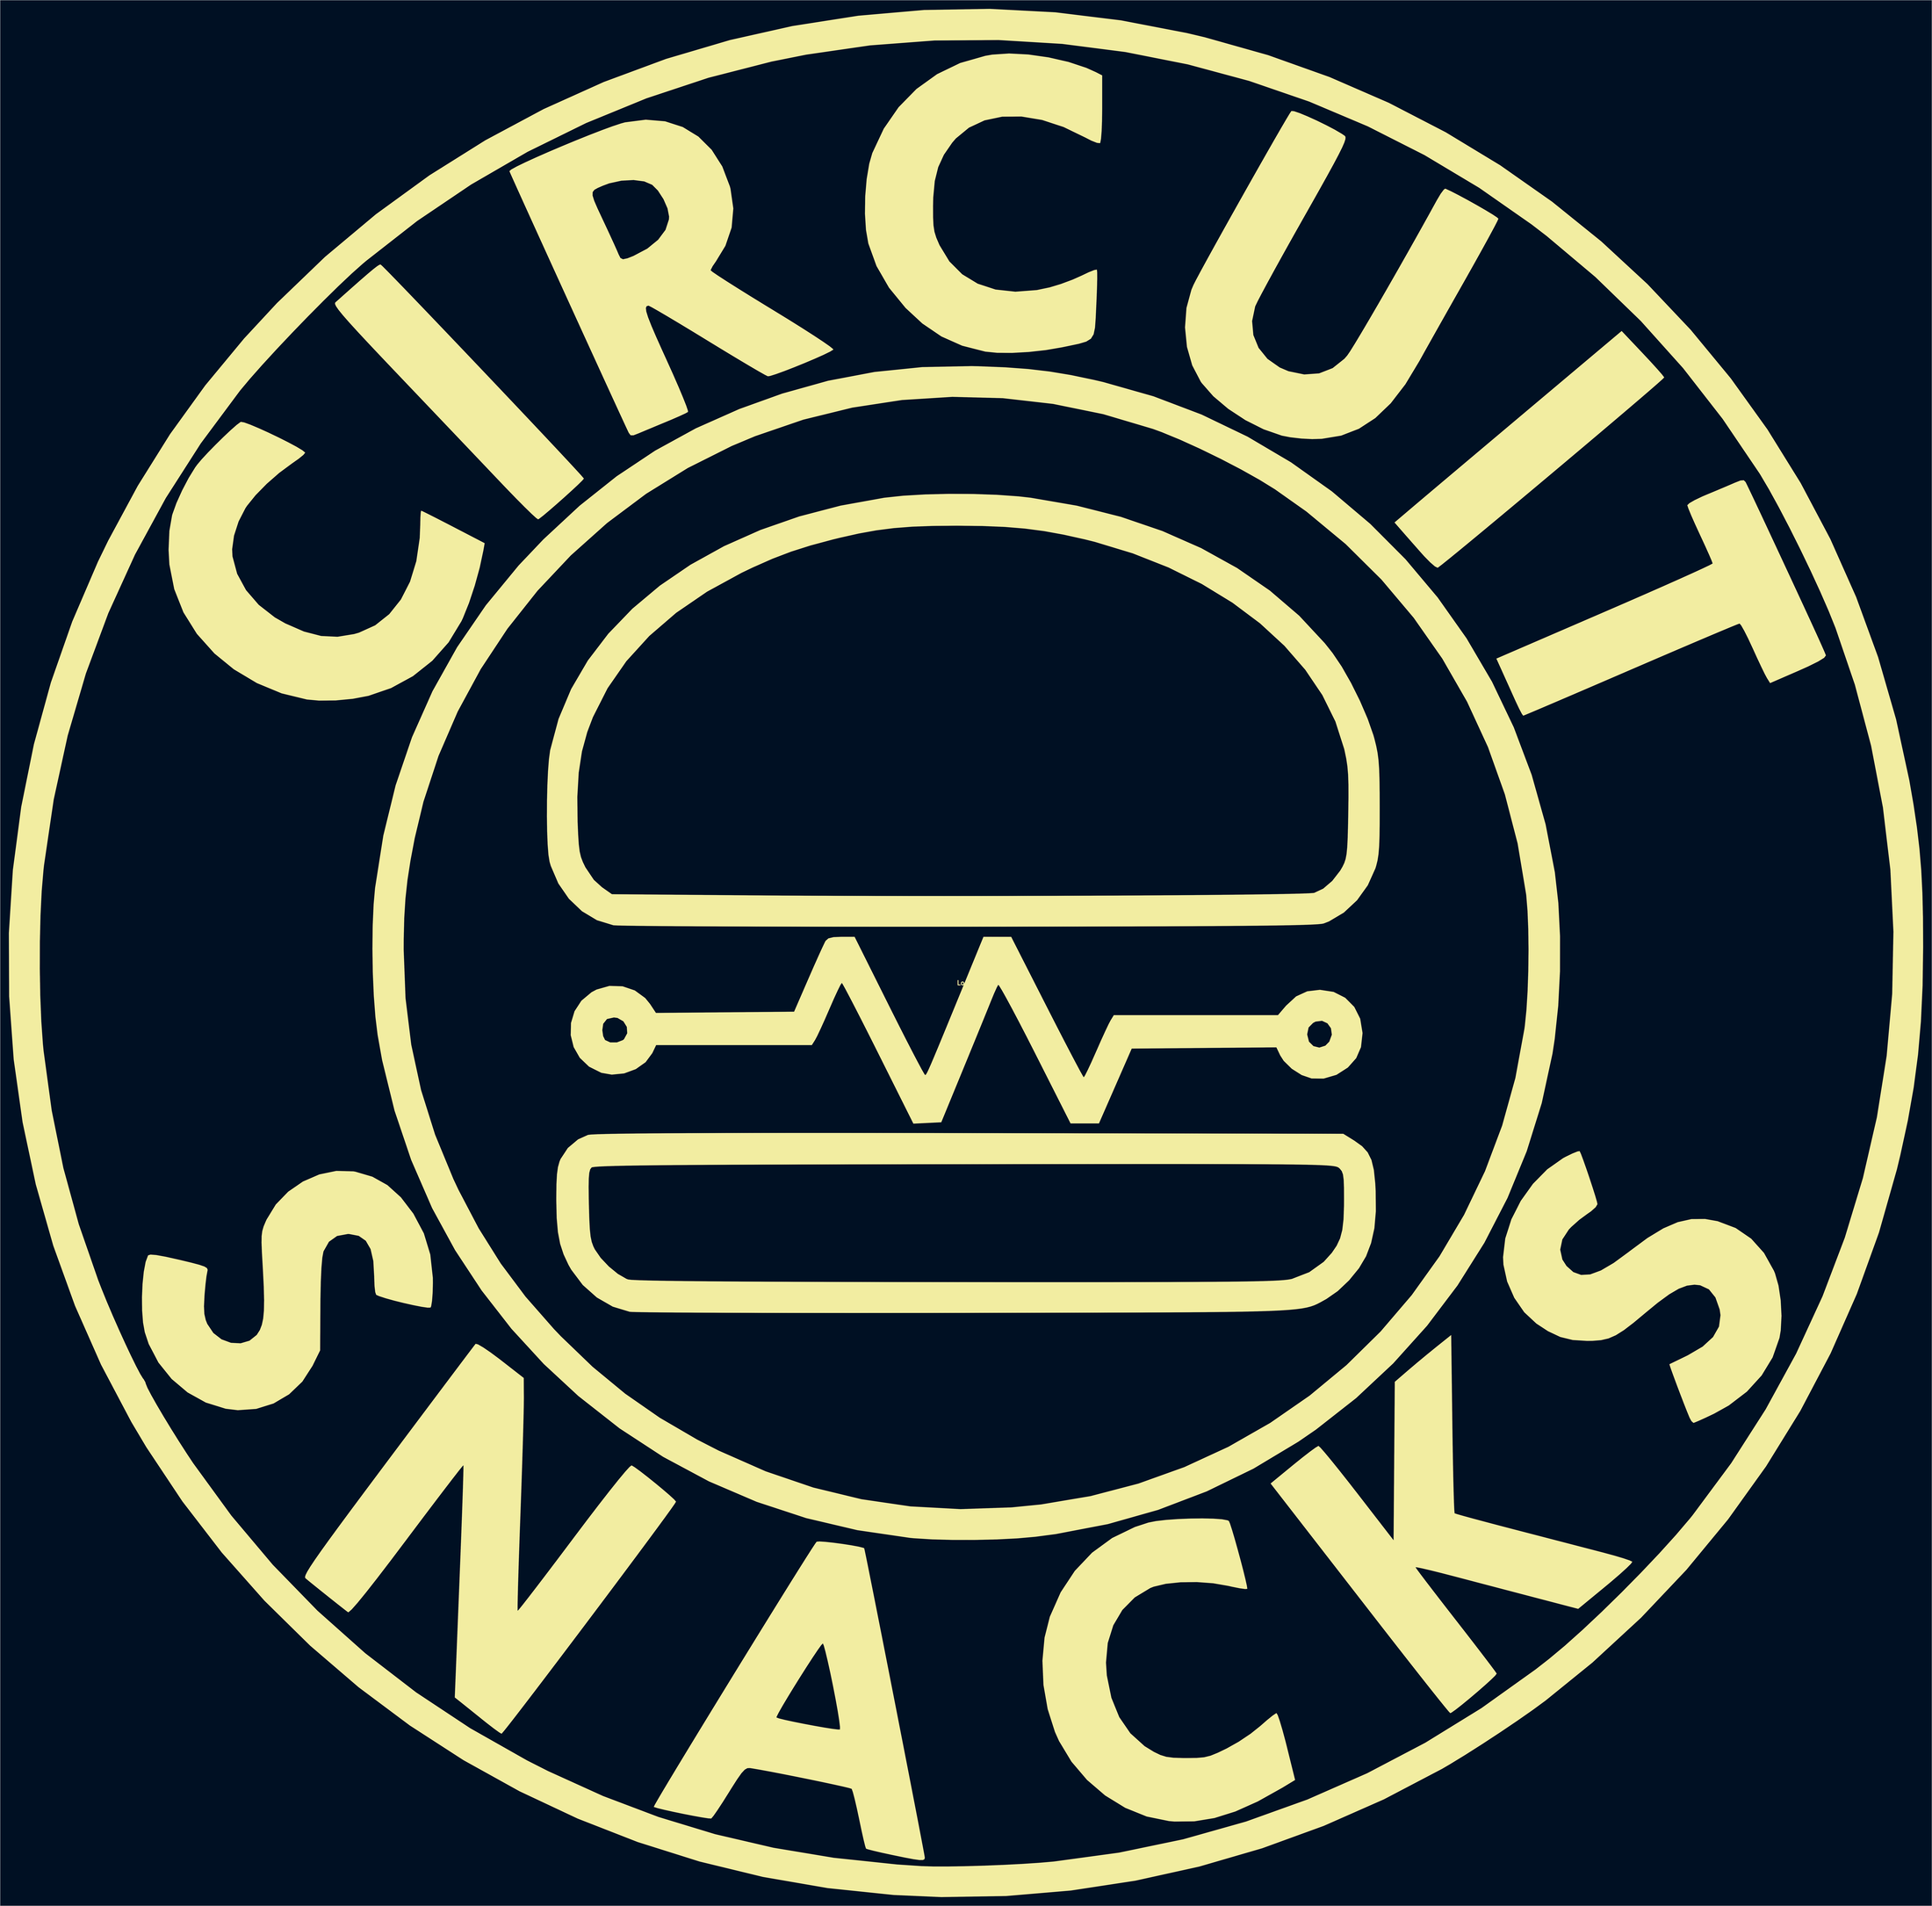
<source format=kicad_pcb>
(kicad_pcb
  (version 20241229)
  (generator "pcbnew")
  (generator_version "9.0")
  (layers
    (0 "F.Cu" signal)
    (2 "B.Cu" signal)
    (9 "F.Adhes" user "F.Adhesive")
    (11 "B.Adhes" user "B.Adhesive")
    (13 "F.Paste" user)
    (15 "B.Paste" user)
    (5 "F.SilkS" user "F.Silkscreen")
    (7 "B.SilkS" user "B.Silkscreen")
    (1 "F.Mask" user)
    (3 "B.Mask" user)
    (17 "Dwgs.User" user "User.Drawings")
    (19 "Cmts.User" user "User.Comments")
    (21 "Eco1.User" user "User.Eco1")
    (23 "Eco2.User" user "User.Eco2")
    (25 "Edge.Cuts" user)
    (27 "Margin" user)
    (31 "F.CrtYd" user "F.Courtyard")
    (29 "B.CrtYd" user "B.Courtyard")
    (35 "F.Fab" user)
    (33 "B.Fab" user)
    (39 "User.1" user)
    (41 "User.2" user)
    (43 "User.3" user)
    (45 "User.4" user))
  (footprint "Logo_2"
    (layer "F.Cu")
    (at 330.692 335.629)
    (property "Reference" "Logo_2" (at 0 0 0) (layer "F.SilkS") (effects (font (size 1.524 1.524) (thickness 0.3))))
    (attr through_hole)
    (fp_poly (pts (xy 232.345 -216.89) (xy 235.04 -214.005) (xy 237.292 -211.527) (xy 238.897 -209.684) (xy 239.655 -208.705) (xy 239.688 -208.624) (xy 239.103 -208.027) (xy 237.421 -206.521) (xy 234.768 -204.21) (xy 231.267 -201.199) (xy 227.043 -197.592) (xy 222.222 -193.494) (xy 216.926 -189.01) (xy 211.282 -184.244) (xy 205.414 -179.301) (xy 199.446 -174.286) (xy 193.502 -169.304) (xy 187.709 -164.458) (xy 182.189 -159.854) (xy 177.069 -155.597) (xy 172.471 -151.79) (xy 168.522 -148.539) (xy 165.345 -145.949) (xy 163.066 -144.123) (xy 161.809 -143.167) (xy 161.611 -143.049) (xy 160.697 -143.504) (xy 159.067 -144.908) (xy 157.018 -146.994) (xy 156.279 -147.812) (xy 153.824 -150.592) (xy 151.412 -153.332) (xy 149.514 -155.498) (xy 149.318 -155.723) (xy 146.768 -158.649) (xy 153.751 -164.582) (xy 155.731 -166.259) (xy 158.78 -168.835) (xy 162.75 -172.186) (xy 167.496 -176.188) (xy 172.87 -180.718) (xy 178.726 -185.652) (xy 184.918 -190.866) (xy 191.298 -196.238) (xy 192.881 -197.571) (xy 225.028 -224.627) (xy 232.345 -216.89)) (stroke (width 0.01) (type solid)) (fill yes) (layer "F.SilkS"))
    (fp_poly (pts (xy -202.587 -247.526) (xy -201.909 -246.907) (xy -200.261 -245.256) (xy -197.755 -242.691) (xy -194.504 -239.331) (xy -190.62 -235.294) (xy -186.215 -230.698) (xy -181.402 -225.662) (xy -176.293 -220.304) (xy -170.999 -214.741) (xy -165.634 -209.093) (xy -160.31 -203.477) (xy -155.138 -198.012) (xy -150.232 -192.816) (xy -145.703 -188.008) (xy -141.664 -183.704) (xy -138.227 -180.025) (xy -135.505 -177.088) (xy -133.608 -175.011) (xy -132.651 -173.912) (xy -132.556 -173.771) (xy -133.115 -173.09) (xy -134.61 -171.623) (xy -136.769 -169.614) (xy -139.317 -167.305) (xy -141.984 -164.94) (xy -144.495 -162.762) (xy -146.578 -161.013) (xy -147.96 -159.938) (xy -148.317 -159.724) (xy -149.018 -160.212) (xy -150.641 -161.698) (xy -153.022 -164.022) (xy -155.997 -167.023) (xy -159.404 -170.541) (xy -161.186 -172.409) (xy -164.562 -175.962) (xy -168.822 -180.444) (xy -173.758 -185.633) (xy -179.159 -191.309) (xy -184.815 -197.252) (xy -190.517 -203.24) (xy -196.053 -209.053) (xy -196.373 -209.388) (xy -202.099 -215.414) (xy -206.803 -220.4) (xy -210.569 -224.445) (xy -213.482 -227.646) (xy -215.628 -230.101) (xy -217.091 -231.908) (xy -217.957 -233.165) (xy -218.312 -233.97) (xy -218.239 -234.419) (xy -218.201 -234.458) (xy -213.49 -238.656) (xy -209.824 -241.896) (xy -207.071 -244.285) (xy -205.103 -245.934) (xy -203.787 -246.952) (xy -202.995 -247.447) (xy -202.595 -247.529) (xy -202.587 -247.526)) (stroke (width 0.01) (type solid)) (fill yes) (layer "F.SilkS"))
    (fp_poly (pts (xy 267.724 -172.592) (xy 268.248 -171.542) (xy 269.323 -169.302) (xy 270.831 -166.123) (xy 272.653 -162.254) (xy 274.566 -158.168) (xy 279.404 -147.796) (xy 283.577 -138.83) (xy 287.097 -131.24) (xy 289.979 -124.996) (xy 292.236 -120.07) (xy 293.881 -116.432) (xy 294.927 -114.052) (xy 295.39 -112.902) (xy 295.409 -112.835) (xy 294.801 -112.026) (xy 292.726 -110.744) (xy 289.227 -109.013) (xy 285.928 -107.536) (xy 276.185 -103.305) (xy 275.103 -105.032) (xy 274.353 -106.43) (xy 273.139 -108.915) (xy 271.634 -112.121) (xy 270.19 -115.292) (xy 268.638 -118.624) (xy 267.264 -121.347) (xy 266.22 -123.176) (xy 265.664 -123.825) (xy 264.82 -123.519) (xy 262.661 -122.641) (xy 259.326 -121.25) (xy 254.958 -119.407) (xy 249.696 -117.17) (xy 243.681 -114.6) (xy 237.054 -111.756) (xy 229.956 -108.698) (xy 228.223 -107.95) (xy 221.046 -104.852) (xy 214.317 -101.955) (xy 208.177 -99.316) (xy 202.764 -96.996) (xy 198.217 -95.054) (xy 194.676 -93.55) (xy 192.28 -92.544) (xy 191.167 -92.094) (xy 191.106 -92.075) (xy 190.627 -92.743) (xy 189.702 -94.508) (xy 188.517 -97.01) (xy 188.325 -97.433) (xy 186.751 -100.929) (xy 185.084 -104.625) (xy 183.891 -107.266) (xy 181.867 -111.742) (xy 219.124 -127.84) (xy 226.343 -130.971) (xy 233.101 -133.923) (xy 239.261 -136.636) (xy 244.688 -139.049) (xy 249.243 -141.1) (xy 252.79 -142.728) (xy 255.193 -143.871) (xy 256.315 -144.469) (xy 256.381 -144.533) (xy 256.061 -145.438) (xy 255.186 -147.486) (xy 253.883 -150.388) (xy 252.281 -153.854) (xy 252.016 -154.42) (xy 250.375 -157.979) (xy 249.018 -161.052) (xy 248.072 -163.339) (xy 247.667 -164.539) (xy 247.66 -164.604) (xy 248.351 -165.284) (xy 250.189 -166.347) (xy 252.84 -167.611) (xy 254.209 -168.195) (xy 257.624 -169.616) (xy 260.892 -170.994) (xy 263.431 -172.084) (xy 263.922 -172.3) (xy 265.982 -173.113) (xy 267.101 -173.197) (xy 267.724 -172.592)) (stroke (width 0.01) (type solid)) (fill yes) (layer "F.SilkS"))
    (fp_poly (pts (xy 84.316 184.603) (xy 87.321 184.821) (xy 89.242 185.183) (xy 89.696 185.422) (xy 90.098 186.363) (xy 90.79 188.507) (xy 91.68 191.516) (xy 92.676 195.053) (xy 93.687 198.78) (xy 94.621 202.36) (xy 95.385 205.455) (xy 95.889 207.727) (xy 96.044 208.774) (xy 95.334 208.855) (xy 93.438 208.596) (xy 90.711 208.051) (xy 89.495 207.772) (xy 84.267 206.864) (xy 78.642 206.448) (xy 73.062 206.514) (xy 67.967 207.048) (xy 63.798 208.039) (xy 62.609 208.505) (xy 57.253 211.75) (xy 52.981 216.079) (xy 49.859 221.355) (xy 47.957 227.441) (xy 47.342 234.2) (xy 47.63 238.603) (xy 49.206 246.326) (xy 51.917 252.99) (xy 55.743 258.561) (xy 60.662 263.004) (xy 63.897 264.992) (xy 66.084 266.038) (xy 68.14 266.671) (xy 70.59 266.989) (xy 73.961 267.092) (xy 75.069 267.095) (xy 78.575 267.053) (xy 81.149 266.83) (xy 83.384 266.283) (xy 85.874 265.273) (xy 88.96 263.782) (xy 93.074 261.473) (xy 97.213 258.699) (xy 100.534 256.043) (xy 102.862 254.007) (xy 104.772 252.465) (xy 105.945 251.673) (xy 106.112 251.619) (xy 106.533 252.347) (xy 107.235 254.353) (xy 108.133 257.368) (xy 109.146 261.125) (xy 109.655 263.133) (xy 112.507 274.648) (xy 108.045 277.35) (xy 99.643 282.048) (xy 91.936 285.498) (xy 84.72 287.762) (xy 77.788 288.898) (xy 70.938 288.968) (xy 69.056 288.809) (xy 61.392 287.243) (xy 53.993 284.252) (xy 47.068 279.996) (xy 40.82 274.638) (xy 35.457 268.338) (xy 31.185 261.257) (xy 29.758 258.072) (xy 27.254 250.215) (xy 25.813 241.92) (xy 25.452 233.576) (xy 26.188 225.573) (xy 27.999 218.413) (xy 31.74 209.975) (xy 36.613 202.595) (xy 42.546 196.341) (xy 49.47 191.279) (xy 57.312 187.479) (xy 61.97 185.956) (xy 64.561 185.446) (xy 68.044 185.04) (xy 72.091 184.747) (xy 76.372 184.572) (xy 80.556 184.522) (xy 84.316 184.603)) (stroke (width 0.01) (type solid)) (fill yes) (layer "F.SilkS"))
    (fp_poly (pts (xy 20.59 -319.898) (xy 27.581 -318.9) (xy 34.413 -317.337) (xy 40.579 -315.293) (xy 43.855 -313.817) (xy 46.038 -312.697) (xy 46.038 -301.255) (xy 45.987 -297.036) (xy 45.848 -293.484) (xy 45.637 -290.875) (xy 45.373 -289.486) (xy 45.278 -289.343) (xy 44.235 -289.456) (xy 42.296 -290.224) (xy 40.317 -291.243) (xy 32.737 -294.916) (xy 25.332 -297.344) (xy 18.234 -298.53) (xy 11.578 -298.481) (xy 5.499 -297.201) (xy 0.131 -294.695) (xy -4.392 -290.968) (xy -5.635 -289.522) (xy -8.501 -285.359) (xy -10.464 -281.092) (xy -11.649 -276.307) (xy -12.183 -270.589) (xy -12.243 -267.891) (xy -12.236 -263.9) (xy -12.098 -261.03) (xy -11.754 -258.813) (xy -11.128 -256.786) (xy -10.142 -254.48) (xy -9.997 -254.166) (xy -6.615 -248.6) (xy -2.199 -244.173) (xy 3.138 -240.928) (xy 9.28 -238.91) (xy 16.112 -238.162) (xy 23.52 -238.728) (xy 27.967 -239.658) (xy 31.776 -240.81) (xy 35.803 -242.303) (xy 38.89 -243.679) (xy 41.384 -244.861) (xy 43.281 -245.617) (xy 44.19 -245.79) (xy 44.203 -245.78) (xy 44.302 -244.892) (xy 44.315 -242.709) (xy 44.246 -239.519) (xy 44.099 -235.612) (xy 44.013 -233.761) (xy 43.802 -229.111) (xy 43.564 -225.773) (xy 43.083 -223.482) (xy 42.148 -221.972) (xy 40.545 -220.978) (xy 38.061 -220.237) (xy 34.483 -219.481) (xy 32.147 -219.001) (xy 26.625 -218.051) (xy 20.756 -217.401) (xy 15.01 -217.079) (xy 9.856 -217.109) (xy 5.766 -217.518) (xy 5.753 -217.521) (xy -2.219 -219.562) (xy -9.356 -222.743) (xy -15.938 -227.218) (xy -21.707 -232.569) (xy -27.416 -239.546) (xy -31.727 -247.019) (xy -34.54 -254.794) (xy -35.35 -259.464) (xy -35.701 -265.059) (xy -35.613 -271.067) (xy -35.112 -276.98) (xy -34.217 -282.288) (xy -33.166 -285.942) (xy -29.222 -294.334) (xy -24.116 -301.722) (xy -17.955 -308.015) (xy -10.847 -313.125) (xy -2.901 -316.964) (xy 5.777 -319.442) (xy 8.152 -319.855) (xy 13.945 -320.245) (xy 20.59 -319.898)) (stroke (width 0.01) (type solid)) (fill yes) (layer "F.SilkS"))
    (fp_poly (pts (xy -249.62 -193.118) (xy -247.463 -192.338) (xy -244.561 -191.116) (xy -241.22 -189.6) (xy -237.745 -187.937) (xy -234.442 -186.275) (xy -231.619 -184.76) (xy -229.58 -183.541) (xy -228.632 -182.763) (xy -228.6 -182.669) (xy -229.214 -181.924) (xy -230.826 -180.613) (xy -233.092 -179.014) (xy -233.164 -178.966) (xy -237.518 -175.746) (xy -241.826 -171.977) (xy -245.67 -168.058) (xy -248.631 -164.393) (xy -249.16 -163.603) (xy -251.528 -159.006) (xy -253.11 -154.104) (xy -253.76 -149.43) (xy -253.644 -146.965) (xy -252.023 -140.946) (xy -248.962 -135.324) (xy -244.589 -130.263) (xy -239.032 -125.928) (xy -235.422 -123.863) (xy -228.982 -121.056) (xy -223.097 -119.536) (xy -217.452 -119.263) (xy -211.732 -120.196) (xy -210.074 -120.668) (xy -204.471 -123.205) (xy -199.623 -127.055) (xy -195.599 -132.102) (xy -192.462 -138.232) (xy -190.281 -145.329) (xy -189.119 -153.276) (xy -188.94 -157.758) (xy -188.883 -160.329) (xy -188.761 -162.121) (xy -188.618 -162.719) (xy -187.849 -162.372) (xy -185.923 -161.417) (xy -183.088 -159.978) (xy -179.594 -158.182) (xy -177.535 -157.116) (xy -166.746 -151.514) (xy -167.19 -148.98) (xy -168.447 -143.098) (xy -170.167 -136.855) (xy -172.164 -130.85) (xy -174.252 -125.682) (xy -174.752 -124.619) (xy -179.167 -117.349) (xy -184.794 -110.995) (xy -191.464 -105.695) (xy -199.007 -101.585) (xy -206.772 -98.92) (xy -212.177 -97.893) (xy -218.095 -97.33) (xy -223.827 -97.275) (xy -228 -97.653) (xy -236.705 -99.774) (xy -245.211 -103.3) (xy -253.169 -108.058) (xy -259.85 -113.511) (xy -265.911 -120.281) (xy -270.536 -127.688) (xy -273.699 -135.674) (xy -275.375 -144.181) (xy -275.654 -149.225) (xy -275.371 -155.759) (xy -274.446 -161.063) (xy -274.316 -161.528) (xy -272.949 -165.325) (xy -270.979 -169.689) (xy -268.721 -173.993) (xy -266.487 -177.613) (xy -265.789 -178.575) (xy -264.208 -180.449) (xy -261.985 -182.846) (xy -259.396 -185.495) (xy -256.718 -188.128) (xy -254.225 -190.475) (xy -252.193 -192.265) (xy -250.899 -193.23) (xy -250.724 -193.31) (xy -249.62 -193.118)) (stroke (width 0.01) (type solid)) (fill yes) (layer "F.SilkS"))
    (fp_poly (pts (xy 211.011 58.953) (xy 211.811 61.078) (xy 212.828 63.956) (xy 213.934 67.205) (xy 215.001 70.445) (xy 215.901 73.293) (xy 216.506 75.369) (xy 216.692 76.249) (xy 216.067 77.291) (xy 214.469 78.714) (xy 213.182 79.607) (xy 210.435 81.627) (xy 207.691 84.075) (xy 206.834 84.967) (xy 204.599 88.382) (xy 203.853 91.904) (xy 204.61 95.33) (xy 206.026 97.543) (xy 208.383 99.648) (xy 211.063 100.626) (xy 214.189 100.448) (xy 217.885 99.086) (xy 222.274 96.509) (xy 227.481 92.69) (xy 227.806 92.433) (xy 233.942 87.888) (xy 239.395 84.58) (xy 244.377 82.435) (xy 249.103 81.381) (xy 253.787 81.345) (xy 258.095 82.111) (xy 264.317 84.467) (xy 269.663 88.13) (xy 274.069 93.041) (xy 277.475 99.147) (xy 277.869 100.094) (xy 279.071 104.283) (xy 279.831 109.373) (xy 280.105 114.73) (xy 279.848 119.72) (xy 279.408 122.332) (xy 277.045 129.047) (xy 273.263 135.263) (xy 268.188 140.831) (xy 261.948 145.603) (xy 256.909 148.413) (xy 253.961 149.813) (xy 251.562 150.901) (xy 250.063 151.52) (xy 249.758 151.606) (xy 249.059 150.967) (xy 248.437 149.82) (xy 247.587 147.755) (xy 246.483 144.954) (xy 245.25 141.753) (xy 244.016 138.489) (xy 242.905 135.495) (xy 242.045 133.108) (xy 241.562 131.663) (xy 241.504 131.388) (xy 242.256 131.021) (xy 244.094 130.128) (xy 246.679 128.875) (xy 247.79 128.336) (xy 252.935 125.325) (xy 256.527 122.024) (xy 258.577 118.418) (xy 259.095 114.493) (xy 258.812 112.534) (xy 257.337 108.37) (xy 255.096 105.59) (xy 252.073 104.179) (xy 250.105 103.981) (xy 247.537 104.31) (xy 244.714 105.375) (xy 241.433 107.295) (xy 237.487 110.186) (xy 233.363 113.576) (xy 229.163 117.077) (xy 225.82 119.636) (xy 223.032 121.395) (xy 220.5 122.501) (xy 217.923 123.099) (xy 215.003 123.333) (xy 213.122 123.359) (xy 208.176 123.05) (xy 203.868 121.994) (xy 199.649 120.003) (xy 195.65 117.383) (xy 191.468 113.485) (xy 188.041 108.519) (xy 185.581 102.91) (xy 184.303 97.084) (xy 184.169 94.511) (xy 184.936 88.044) (xy 187.037 81.47) (xy 190.276 75.102) (xy 194.459 69.255) (xy 199.388 64.242) (xy 204.869 60.378) (xy 205.733 59.914) (xy 208.097 58.771) (xy 209.841 58.072) (xy 210.556 57.963) (xy 211.011 58.953)) (stroke (width 0.01) (type solid)) (fill yes) (layer "F.SilkS"))
    (fp_poly (pts (xy 166.688 151.881) (xy 166.786 158.686) (xy 166.896 164.981) (xy 167.013 170.592) (xy 167.132 175.345) (xy 167.25 179.068) (xy 167.362 181.585) (xy 167.463 182.723) (xy 167.481 182.77) (xy 168.325 183.051) (xy 170.503 183.673) (xy 173.81 184.579) (xy 178.044 185.714) (xy 183 187.024) (xy 188.475 188.454) (xy 188.516 188.464) (xy 194.641 190.054) (xy 200.842 191.664) (xy 206.776 193.206) (xy 212.101 194.589) (xy 216.472 195.726) (xy 218.783 196.327) (xy 222.465 197.327) (xy 225.546 198.243) (xy 227.721 198.977) (xy 228.687 199.435) (xy 228.705 199.461) (xy 228.226 200.153) (xy 226.712 201.654) (xy 224.366 203.775) (xy 221.393 206.331) (xy 219.525 207.886) (xy 210.053 215.685) (xy 195.315 211.828) (xy 189.423 210.285) (xy 182.85 208.56) (xy 176.219 206.819) (xy 170.155 205.225) (xy 167.283 204.469) (xy 162.961 203.351) (xy 159.226 202.424) (xy 156.325 201.745) (xy 154.503 201.373) (xy 153.988 201.339) (xy 154.456 202.036) (xy 155.781 203.822) (xy 157.839 206.536) (xy 160.507 210.016) (xy 163.661 214.102) (xy 167.18 218.632) (xy 167.882 219.533) (xy 171.468 224.146) (xy 174.725 228.361) (xy 177.526 232.013) (xy 179.747 234.938) (xy 181.262 236.972) (xy 181.946 237.95) (xy 181.971 238.001) (xy 181.465 238.684) (xy 179.995 240.121) (xy 177.837 242.078) (xy 175.268 244.32) (xy 172.565 246.609) (xy 170.003 248.713) (xy 167.86 250.394) (xy 166.411 251.417) (xy 165.978 251.619) (xy 165.406 251.01) (xy 163.956 249.261) (xy 161.72 246.489) (xy 158.791 242.811) (xy 155.261 238.342) (xy 151.221 233.199) (xy 146.765 227.499) (xy 141.984 221.359) (xy 140.078 218.904) (xy 134.994 212.35) (xy 130.039 205.965) (xy 125.333 199.898) (xy 120.991 194.301) (xy 117.13 189.325) (xy 113.869 185.121) (xy 111.324 181.84) (xy 109.612 179.633) (xy 109.386 179.342) (xy 104.075 172.494) (xy 111.956 166.019) (xy 114.976 163.583) (xy 117.58 161.566) (xy 119.514 160.159) (xy 120.522 159.554) (xy 120.575 159.544) (xy 121.24 160.147) (xy 122.731 161.846) (xy 124.913 164.474) (xy 127.65 167.865) (xy 130.804 171.852) (xy 133.879 175.8) (xy 146.447 192.056) (xy 146.864 137.458) (xy 151.418 133.525) (xy 154.425 130.973) (xy 157.921 128.071) (xy 161.131 125.462) (xy 166.291 121.331) (xy 166.688 151.881)) (stroke (width 0.01) (type solid)) (fill yes) (layer "F.SilkS"))
    (fp_poly (pts (xy -212.005 64.934) (xy -211.322 65.052) (xy -205.423 66.787) (xy -200.248 69.683) (xy -195.606 73.882) (xy -191.309 79.512) (xy -187.695 86.305) (xy -185.477 93.606) (xy -184.598 101.618) (xy -184.578 103.377) (xy -184.665 106.767) (xy -184.875 109.568) (xy -185.172 111.395) (xy -185.371 111.858) (xy -186.329 111.907) (xy -188.438 111.606) (xy -191.323 111.043) (xy -194.61 110.306) (xy -197.923 109.481) (xy -200.888 108.657) (xy -203.13 107.922) (xy -204.118 107.476) (xy -204.447 106.535) (xy -204.687 104.441) (xy -204.791 101.631) (xy -204.792 101.355) (xy -205.097 95.848) (xy -206.047 91.715) (xy -207.703 88.853) (xy -210.13 87.158) (xy -213.392 86.528) (xy -213.916 86.519) (xy -217.592 87.195) (xy -220.391 89.186) (xy -222.237 92.436) (xy -222.3 92.624) (xy -222.68 94.649) (xy -222.984 98.108) (xy -223.203 102.848) (xy -223.329 108.719) (xy -223.35 111.081) (xy -223.441 126.631) (xy -226.049 131.933) (xy -229.571 137.388) (xy -234.123 141.752) (xy -239.489 144.917) (xy -245.455 146.779) (xy -251.805 147.229) (xy -255.976 146.728) (xy -262.826 144.598) (xy -269.102 141.114) (xy -274.606 136.463) (xy -279.14 130.831) (xy -282.505 124.407) (xy -283.849 120.372) (xy -284.448 117.035) (xy -284.765 112.887) (xy -284.818 108.326) (xy -284.623 103.75) (xy -284.197 99.555) (xy -283.558 96.14) (xy -282.722 93.901) (xy -282.714 93.887) (xy -281.882 93.623) (xy -279.887 93.778) (xy -276.611 94.37) (xy -271.983 95.405) (xy -267.852 96.396) (xy -265.039 97.139) (xy -263.312 97.731) (xy -262.44 98.272) (xy -262.19 98.858) (xy -262.306 99.505) (xy -262.599 101.076) (xy -262.924 103.725) (xy -263.22 106.944) (xy -263.282 107.768) (xy -263.46 111.436) (xy -263.337 114.056) (xy -262.861 116.147) (xy -262.321 117.505) (xy -260.223 120.642) (xy -257.395 122.826) (xy -254.161 124.02) (xy -250.845 124.187) (xy -247.772 123.289) (xy -245.267 121.289) (xy -244.195 119.594) (xy -243.517 117.819) (xy -243.054 115.667) (xy -242.796 112.907) (xy -242.733 109.31) (xy -242.857 104.644) (xy -243.156 98.681) (xy -243.245 97.163) (xy -243.499 92.724) (xy -243.623 89.527) (xy -243.587 87.227) (xy -243.36 85.48) (xy -242.913 83.944) (xy -242.216 82.275) (xy -241.876 81.529) (xy -238.71 76.356) (xy -234.438 71.941) (xy -229.345 68.437) (xy -223.718 65.998) (xy -217.843 64.779) (xy -212.005 64.934)) (stroke (width 0.01) (type solid)) (fill yes) (layer "F.SilkS"))
    (fp_poly (pts (xy 112.144 -300.354) (xy 114.123 -299.679) (xy 116.842 -298.554) (xy 119.973 -297.13) (xy 123.188 -295.562) (xy 126.16 -294.001) (xy 128.561 -292.599) (xy 129.656 -291.849) (xy 129.885 -291.463) (xy 129.845 -290.745) (xy 129.472 -289.571) (xy 128.704 -287.814) (xy 127.477 -285.349) (xy 125.729 -282.052) (xy 123.395 -277.797) (xy 120.414 -272.458) (xy 116.721 -265.911) (xy 115.37 -263.525) (xy 111.907 -257.384) (xy 108.656 -251.567) (xy 105.71 -246.243) (xy 103.162 -241.582) (xy 101.103 -237.752) (xy 99.626 -234.924) (xy 98.824 -233.265) (xy 98.744 -233.064) (xy 97.694 -228.045) (xy 98.124 -223.225) (xy 99.925 -218.812) (xy 102.99 -215.018) (xy 107.211 -212.051) (xy 110.23 -210.763) (xy 115.652 -209.646) (xy 120.785 -210.02) (xy 125.458 -211.839) (xy 129.499 -215.058) (xy 130.469 -216.173) (xy 131.429 -217.572) (xy 133.06 -220.188) (xy 135.264 -223.85) (xy 137.943 -228.388) (xy 140.998 -233.63) (xy 144.33 -239.407) (xy 147.841 -245.546) (xy 151.432 -251.878) (xy 155.004 -258.231) (xy 158.46 -264.434) (xy 161.37 -269.716) (xy 162.67 -271.895) (xy 163.732 -273.325) (xy 164.251 -273.685) (xy 166.222 -272.773) (xy 168.903 -271.399) (xy 171.984 -269.739) (xy 175.155 -267.968) (xy 178.106 -266.263) (xy 180.528 -264.797) (xy 182.109 -263.747) (xy 182.562 -263.318) (xy 182.184 -262.452) (xy 181.112 -260.379) (xy 179.441 -257.272) (xy 177.263 -253.302) (xy 174.673 -248.641) (xy 171.765 -243.461) (xy 170.143 -240.592) (xy 166.973 -234.994) (xy 163.949 -229.64) (xy 161.187 -224.741) (xy 158.806 -220.505) (xy 156.924 -217.146) (xy 155.661 -214.871) (xy 155.355 -214.312) (xy 150.502 -206.256) (xy 145.466 -199.719) (xy 140.16 -194.638) (xy 134.495 -190.947) (xy 128.382 -188.582) (xy 121.731 -187.479) (xy 118.384 -187.377) (xy 114.658 -187.566) (xy 110.851 -188.008) (xy 107.95 -188.571) (xy 101.675 -190.753) (xy 95.387 -193.915) (xy 89.477 -197.798) (xy 84.331 -202.144) (xy 80.339 -206.694) (xy 79.986 -207.198) (xy 77.065 -212.79) (xy 75.254 -219.146) (xy 74.584 -225.87) (xy 75.084 -232.565) (xy 76.783 -238.832) (xy 77.507 -240.52) (xy 78.379 -242.237) (xy 79.882 -245.051) (xy 81.916 -248.785) (xy 84.381 -253.261) (xy 87.177 -258.299) (xy 90.203 -263.722) (xy 93.359 -269.351) (xy 96.545 -275.009) (xy 99.66 -280.517) (xy 102.604 -285.697) (xy 105.276 -290.371) (xy 107.577 -294.36) (xy 109.405 -297.486) (xy 110.661 -299.571) (xy 111.234 -300.426) (xy 112.144 -300.354)) (stroke (width 0.01) (type solid)) (fill yes) (layer "F.SilkS"))
    (fp_poly (pts (xy -169.037 124.561) (xy -167.243 125.605) (xy -164.722 127.322) (xy -161.727 129.548) (xy -161.262 129.908) (xy -153.274 136.128) (xy -153.234 143.017) (xy -153.255 145.325) (xy -153.331 149.007) (xy -153.457 153.848) (xy -153.627 159.636) (xy -153.832 166.157) (xy -154.069 173.199) (xy -154.329 180.547) (xy -154.419 183.001) (xy -154.675 190.085) (xy -154.9 196.663) (xy -155.09 202.568) (xy -155.239 207.635) (xy -155.343 211.696) (xy -155.398 214.587) (xy -155.398 216.14) (xy -155.376 216.363) (xy -154.859 215.809) (xy -153.495 214.115) (xy -151.388 211.414) (xy -148.638 207.839) (xy -145.348 203.523) (xy -141.621 198.6) (xy -137.559 193.202) (xy -136.097 191.252) (xy -131.516 185.178) (xy -127.373 179.765) (xy -123.75 175.118) (xy -120.73 171.339) (xy -118.396 168.532) (xy -116.83 166.8) (xy -116.114 166.247) (xy -116.109 166.248) (xy -114.998 166.926) (xy -113.071 168.336) (xy -110.62 170.239) (xy -107.941 172.393) (xy -105.326 174.559) (xy -103.07 176.497) (xy -101.466 177.967) (xy -100.809 178.729) (xy -100.806 178.749) (xy -101.269 179.507) (xy -102.59 181.392) (xy -104.672 184.273) (xy -107.415 188.017) (xy -110.721 192.494) (xy -114.492 197.574) (xy -118.628 203.123) (xy -123.031 209.012) (xy -127.603 215.109) (xy -132.244 221.283) (xy -136.856 227.402) (xy -141.34 233.336) (xy -145.598 238.953) (xy -149.531 244.122) (xy -153.04 248.712) (xy -156.026 252.592) (xy -158.392 255.63) (xy -160.038 257.695) (xy -160.865 258.657) (xy -160.939 258.71) (xy -161.774 258.219) (xy -163.536 256.942) (xy -165.926 255.101) (xy -167.481 253.862) (xy -170.29 251.601) (xy -172.821 249.569) (xy -174.687 248.074) (xy -175.236 247.636) (xy -177.039 246.205) (xy -175.432 206.317) (xy -175.123 198.521) (xy -174.842 191.22) (xy -174.596 184.565) (xy -174.388 178.705) (xy -174.225 173.793) (xy -174.111 169.979) (xy -174.051 167.413) (xy -174.051 166.248) (xy -174.061 166.193) (xy -174.571 166.755) (xy -175.929 168.458) (xy -178.033 171.168) (xy -180.783 174.754) (xy -184.078 179.084) (xy -187.815 184.026) (xy -191.894 189.446) (xy -193.612 191.736) (xy -199.183 199.126) (xy -203.866 205.239) (xy -207.657 210.07) (xy -210.551 213.615) (xy -212.546 215.869) (xy -213.637 216.827) (xy -213.819 216.848) (xy -215.244 215.75) (xy -217.444 214.02) (xy -220.088 211.922) (xy -222.844 209.721) (xy -225.382 207.681) (xy -227.37 206.067) (xy -228.478 205.143) (xy -228.531 205.096) (xy -228.644 204.724) (xy -228.442 204.006) (xy -227.862 202.853) (xy -226.841 201.176) (xy -225.316 198.885) (xy -223.226 195.893) (xy -220.507 192.109) (xy -217.098 187.446) (xy -212.936 181.813) (xy -207.958 175.123) (xy -202.102 167.285) (xy -200.052 164.545) (xy -194.822 157.564) (xy -189.868 150.954) (xy -185.273 144.828) (xy -181.119 139.294) (xy -177.49 134.464) (xy -174.469 130.448) (xy -172.137 127.355) (xy -170.579 125.297) (xy -169.877 124.383) (xy -169.851 124.352) (xy -169.037 124.561)) (stroke (width 0.01) (type solid)) (fill yes) (layer "F.SilkS"))
    (fp_poly (pts (xy -49.355 192.6) (xy -46.547 192.904) (xy -43.419 193.32) (xy -40.384 193.79) (xy -37.857 194.258) (xy -36.251 194.668) (xy -35.972 194.795) (xy -35.79 195.572) (xy -35.336 197.753) (xy -34.64 201.184) (xy -33.733 205.712) (xy -32.644 211.181) (xy -31.404 217.438) (xy -30.043 224.328) (xy -28.591 231.697) (xy -27.078 239.392) (xy -25.536 247.257) (xy -23.993 255.139) (xy -22.48 262.884) (xy -21.027 270.337) (xy -19.665 277.344) (xy -18.423 283.752) (xy -17.333 289.405) (xy -16.423 294.15) (xy -15.725 297.832) (xy -15.268 300.298) (xy -15.083 301.393) (xy -15.08 301.427) (xy -15.208 301.952) (xy -15.743 302.227) (xy -16.915 302.232) (xy -18.953 301.949) (xy -22.087 301.357) (xy -26.413 300.465) (xy -29.899 299.71) (xy -32.77 299.04) (xy -34.695 298.537) (xy -35.337 298.302) (xy -35.627 297.427) (xy -36.152 295.302) (xy -36.84 292.235) (xy -37.62 288.537) (xy -37.71 288.098) (xy -38.514 284.324) (xy -39.261 281.126) (xy -39.873 278.821) (xy -40.27 277.726) (xy -40.295 277.695) (xy -41.172 277.417) (xy -43.337 276.897) (xy -46.519 276.191) (xy -50.448 275.353) (xy -54.853 274.438) (xy -59.462 273.503) (xy -64.006 272.603) (xy -68.212 271.792) (xy -71.811 271.126) (xy -74.53 270.661) (xy -75.34 270.539) (xy -76.23 270.578) (xy -77.139 271.095) (xy -78.245 272.296) (xy -79.726 274.386) (xy -81.761 277.573) (xy -82.638 278.989) (xy -84.707 282.276) (xy -86.515 285.033) (xy -87.885 286.995) (xy -88.64 287.9) (xy -88.689 287.929) (xy -89.712 287.87) (xy -91.898 287.535) (xy -94.87 286.998) (xy -98.252 286.337) (xy -101.669 285.628) (xy -104.743 284.947) (xy -107.101 284.37) (xy -108.364 283.974) (xy -108.465 283.912) (xy -108.119 283.201) (xy -107.019 281.275) (xy -105.246 278.271) (xy -102.883 274.322) (xy -100.013 269.562) (xy -96.719 264.128) (xy -93.083 258.153) (xy -90.01 253.12) (xy -66.197 253.12) (xy -65.286 253.456) (xy -63.178 253.976) (xy -60.224 254.614) (xy -56.773 255.305) (xy -53.175 255.981) (xy -49.78 256.578) (xy -46.937 257.029) (xy -44.997 257.267) (xy -44.316 257.253) (xy -44.298 256.361) (xy -44.567 254.168) (xy -45.082 250.923) (xy -45.805 246.879) (xy -46.695 242.286) (xy -46.697 242.275) (xy -47.645 237.699) (xy -48.528 233.696) (xy -49.289 230.514) (xy -49.867 228.397) (xy -50.205 227.591) (xy -50.206 227.591) (xy -50.77 228.175) (xy -51.987 229.867) (xy -53.699 232.415) (xy -55.745 235.564) (xy -57.967 239.058) (xy -60.205 242.645) (xy -62.299 246.07) (xy -64.092 249.078) (xy -65.423 251.415) (xy -66.132 252.826) (xy -66.197 253.12) (xy -90.01 253.12) (xy -89.187 251.772) (xy -85.115 245.12) (xy -80.95 238.33) (xy -76.773 231.539) (xy -72.668 224.88) (xy -68.717 218.488) (xy -65.003 212.498) (xy -61.609 207.043) (xy -58.616 202.26) (xy -56.109 198.283) (xy -54.17 195.245) (xy -52.881 193.282) (xy -52.352 192.553) (xy -51.428 192.464) (xy -49.355 192.6)) (stroke (width 0.01) (type solid)) (fill yes) (layer "F.SilkS"))
    (fp_poly (pts (xy -104.57 -296.871) (xy -98.485 -294.905) (xy -93.096 -291.608) (xy -88.518 -287.054) (xy -84.866 -281.314) (xy -82.257 -274.461) (xy -82.039 -273.644) (xy -81.062 -266.842) (xy -81.649 -260.263) (xy -83.784 -253.993) (xy -87.006 -248.695) (xy -88.205 -246.936) (xy -88.834 -245.696) (xy -88.864 -245.52) (xy -88.202 -244.965) (xy -86.341 -243.695) (xy -83.445 -241.815) (xy -79.676 -239.428) (xy -75.198 -236.637) (xy -70.171 -233.546) (xy -67.393 -231.854) (xy -62.18 -228.657) (xy -57.464 -225.707) (xy -53.402 -223.105) (xy -50.149 -220.954) (xy -47.863 -219.357) (xy -46.7 -218.416) (xy -46.593 -218.218) (xy -47.732 -217.514) (xy -49.977 -216.42) (xy -53 -215.071) (xy -56.476 -213.599) (xy -60.078 -212.137) (xy -63.478 -210.818) (xy -66.351 -209.776) (xy -68.369 -209.143) (xy -69.157 -209.023) (xy -70.144 -209.51) (xy -72.298 -210.724) (xy -75.436 -212.558) (xy -79.375 -214.903) (xy -83.932 -217.651) (xy -88.925 -220.693) (xy -90.006 -221.356) (xy -95.032 -224.427) (xy -99.63 -227.207) (xy -103.624 -229.593) (xy -106.838 -231.48) (xy -109.095 -232.764) (xy -110.219 -233.341) (xy -110.298 -233.363) (xy -110.93 -233.188) (xy -111.198 -232.561) (xy -111.051 -231.333) (xy -110.438 -229.35) (xy -109.309 -226.462) (xy -107.613 -222.517) (xy -105.299 -217.363) (xy -104.027 -214.572) (xy -101.838 -209.718) (xy -99.928 -205.347) (xy -98.381 -201.661) (xy -97.281 -198.866) (xy -96.711 -197.165) (xy -96.671 -196.738) (xy -97.613 -196.219) (xy -99.665 -195.27) (xy -102.463 -194.056) (xy -103.981 -193.421) (xy -107.376 -192.012) (xy -110.564 -190.683) (xy -113.008 -189.657) (xy -113.594 -189.409) (xy -115.471 -188.684) (xy -116.451 -188.697) (xy -117.081 -189.525) (xy -117.282 -189.94) (xy -118.387 -192.309) (xy -119.993 -195.786) (xy -122.034 -200.221) (xy -124.44 -205.464) (xy -127.143 -211.365) (xy -130.075 -217.774) (xy -133.168 -224.54) (xy -136.352 -231.515) (xy -139.56 -238.548) (xy -142.724 -245.489) (xy -145.774 -252.188) (xy -148.642 -258.495) (xy -151.261 -264.26) (xy -153.561 -269.333) (xy -154.453 -271.305) (xy -129.559 -271.305) (xy -128.995 -269.484) (xy -127.825 -266.784) (xy -126.035 -262.96) (xy -125.269 -261.331) (xy -123.627 -257.805) (xy -122.185 -254.66) (xy -121.108 -252.258) (xy -120.583 -251.023) (xy -119.956 -249.776) (xy -119.081 -249.341) (xy -117.536 -249.673) (xy -115.498 -250.476) (xy -110.717 -252.998) (xy -106.969 -256.06) (xy -104.423 -259.476) (xy -103.248 -263.06) (xy -103.188 -264.06) (xy -103.732 -266.873) (xy -105.138 -270.08) (xy -107.062 -273.036) (xy -109.003 -274.988) (xy -111.752 -276.173) (xy -115.45 -276.649) (xy -119.632 -276.424) (xy -123.831 -275.506) (xy -126.028 -274.687) (xy -127.75 -273.938) (xy -128.923 -273.287) (xy -129.53 -272.491) (xy -129.559 -271.305) (xy -154.453 -271.305) (xy -155.474 -273.564) (xy -156.933 -276.803) (xy -157.868 -278.901) (xy -158.211 -279.706) (xy -158.211 -279.707) (xy -157.564 -280.279) (xy -155.664 -281.325) (xy -152.738 -282.746) (xy -149.015 -284.449) (xy -144.722 -286.336) (xy -140.087 -288.31) (xy -135.339 -290.277) (xy -130.706 -292.139) (xy -126.416 -293.8) (xy -122.697 -295.164) (xy -119.777 -296.135) (xy -118.365 -296.522) (xy -111.235 -297.435) (xy -104.57 -296.871)) (stroke (width 0.01) (type solid)) (fill yes) (layer "F.SilkS"))
    (fp_poly (pts (xy -27.384 7.938) (xy -24.544 13.598) (xy -21.916 18.777) (xy -19.586 23.31) (xy -17.64 27.033) (xy -16.164 29.782) (xy -15.244 31.39) (xy -14.973 31.75) (xy -14.807 31.689) (xy -14.58 31.418) (xy -14.236 30.805) (xy -13.718 29.72) (xy -12.971 28.031) (xy -11.937 25.606) (xy -10.56 22.314) (xy -8.784 18.024) (xy -6.553 12.604) (xy -3.81 5.923) (xy -1.951 1.389) (xy 5.129 -15.875) (xy 14.684 -15.865) (xy 26.988 8.321) (xy 29.895 14.016) (xy 32.581 19.235) (xy 34.96 23.815) (xy 36.946 27.593) (xy 38.454 30.408) (xy 39.398 32.096) (xy 39.69 32.526) (xy 40.14 31.849) (xy 41.077 29.99) (xy 42.365 27.228) (xy 43.872 23.841) (xy 43.971 23.614) (xy 45.575 19.981) (xy 46.553 17.838) (xy 116.681 17.838) (xy 117.292 20.256) (xy 118.832 21.786) (xy 120.86 22.291) (xy 122.938 21.63) (xy 124.291 20.246) (xy 125.176 17.837) (xy 124.867 15.623) (xy 123.643 13.923) (xy 121.778 13.056) (xy 119.551 13.341) (xy 118.698 13.796) (xy 117.159 15.355) (xy 116.683 17.616) (xy 116.681 17.838) (xy 46.553 17.838) (xy 47.053 16.742) (xy 48.237 14.254) (xy 48.948 12.898) (xy 50.043 11.113) (xy 106.607 11.113) (xy 109.413 7.834) (xy 112.859 4.659) (xy 116.695 2.899) (xy 121.061 2.381) (xy 125.769 3.101) (xy 129.777 5.13) (xy 132.899 8.275) (xy 134.945 12.344) (xy 135.729 17.144) (xy 135.731 17.456) (xy 135.216 22.132) (xy 133.561 25.932) (xy 130.701 29.149) (xy 126.768 31.675) (xy 122.342 32.967) (xy 118.209 32.931) (xy 114.76 31.744) (xy 111.358 29.576) (xy 108.58 26.851) (xy 107.378 24.97) (xy 106.058 22.203) (xy 81.138 22.412) (xy 56.218 22.622) (xy 50.571 35.52) (xy 44.924 48.419) (xy 35.143 48.419) (xy 22.93 24.261) (xy 20.042 18.592) (xy 17.369 13.427) (xy 14.996 8.925) (xy 13.009 5.244) (xy 11.492 2.541) (xy 10.531 0.975) (xy 10.22 0.647) (xy 9.696 1.612) (xy 8.793 3.627) (xy 7.704 6.264) (xy 7.669 6.35) (xy 6.782 8.555) (xy 5.403 11.949) (xy 3.646 16.253) (xy 1.625 21.19) (xy -0.546 26.481) (xy -1.896 29.766) (xy -9.407 48.022) (xy -14.212 48.258) (xy -19.016 48.494) (xy -31.132 24.247) (xy -33.998 18.535) (xy -36.647 13.302) (xy -38.995 8.712) (xy -40.958 4.927) (xy -42.45 2.11) (xy -43.387 0.424) (xy -43.68 0) (xy -44.139 0.686) (xy -45.076 2.556) (xy -46.355 5.329) (xy -47.845 8.725) (xy -47.932 8.93) (xy -49.517 12.567) (xy -50.984 15.811) (xy -52.166 18.298) (xy -52.882 19.645) (xy -54.012 21.431) (xy -107.656 21.431) (xy -108.967 24.181) (xy -111.281 27.312) (xy -114.658 29.701) (xy -118.683 31.187) (xy -122.942 31.609) (xy -126.529 30.981) (xy -130.778 28.854) (xy -133.965 25.806) (xy -136.073 22.104) (xy -137.087 18.018) (xy -137.047 16.272) (xy -126.206 16.272) (xy -125.916 18.327) (xy -125.254 19.685) (xy -123.476 20.505) (xy -121.162 20.502) (xy -119.108 19.713) (xy -118.722 19.39) (xy -117.613 17.352) (xy -117.757 15.151) (xy -118.943 13.24) (xy -120.961 12.071) (xy -122.202 11.906) (xy -124.594 12.438) (xy -125.896 14.09) (xy -126.206 16.272) (xy -137.047 16.272) (xy -136.992 13.816) (xy -135.771 9.767) (xy -133.41 6.139) (xy -129.893 3.201) (xy -128.191 2.294) (xy -123.749 1.039) (xy -119.238 1.172) (xy -115.012 2.597) (xy -111.421 5.22) (xy -109.769 7.251) (xy -107.724 10.342) (xy -83.922 10.132) (xy -60.12 9.922) (xy -55.12 -1.587) (xy -53.346 -5.634) (xy -51.736 -9.242) (xy -50.419 -12.124) (xy -49.527 -13.992) (xy -49.263 -14.486) (xy -48.303 -15.337) (xy -46.517 -15.766) (xy -43.837 -15.875) (xy -39.269 -15.875) (xy -27.384 7.938)) (stroke (width 0.01) (type solid)) (fill yes) (layer "F.SilkS"))
    (fp_poly (pts (xy 3.572 -212.471) (xy 12.587 -212.111) (xy 20.538 -211.527) (xy 27.942 -210.655) (xy 35.313 -209.429) (xy 43.169 -207.784) (xy 46.434 -207.024) (xy 63.71 -202.119) (xy 80.288 -195.83) (xy 96.107 -188.223) (xy 111.105 -179.367) (xy 125.219 -169.329) (xy 138.387 -158.177) (xy 150.547 -145.979) (xy 161.635 -132.803) (xy 171.59 -118.716) (xy 180.349 -103.785) (xy 187.849 -88.08) (xy 194.03 -71.667) (xy 198.827 -54.614) (xy 202.014 -38.1) (xy 203.209 -27.534) (xy 203.795 -16.008) (xy 203.779 -4.026) (xy 203.169 7.908) (xy 201.97 19.29) (xy 201.194 24.371) (xy 197.496 41.411) (xy 192.31 58.016) (xy 185.701 74.09) (xy 177.732 89.534) (xy 168.468 104.25) (xy 157.972 118.141) (xy 146.308 131.11) (xy 133.541 143.058) (xy 119.734 153.888) (xy 113.631 158.086) (xy 98.154 167.375) (xy 82.051 175.205) (xy 65.33 181.574) (xy 48.001 186.478) (xy 30.071 189.915) (xy 23.019 190.845) (xy 16.906 191.388) (xy 9.787 191.753) (xy 2.153 191.935) (xy -5.502 191.931) (xy -12.688 191.736) (xy -18.912 191.346) (xy -20.241 191.22) (xy -38.331 188.568) (xy -55.944 184.419) (xy -73.012 178.805) (xy -89.465 171.757) (xy -105.238 163.309) (xy -120.261 153.492) (xy -134.467 142.339) (xy -146.382 131.301) (xy -157.512 119.178) (xy -167.769 106.004) (xy -176.917 92.11) (xy -184.721 77.824) (xy -184.927 77.402) (xy -192.049 61.029) (xy -197.787 44.032) (xy -202.06 26.669) (xy -203.633 17.859) (xy -204.384 11.7) (xy -204.936 4.414) (xy -205.281 -3.552) (xy -205.408 -11.509) (xy -194.653 -11.509) (xy -194.018 5.245) (xy -192.037 21.309) (xy -188.659 36.909) (xy -183.831 52.272) (xy -177.503 67.625) (xy -175.777 71.289) (xy -168.819 84.544) (xy -161.207 96.685) (xy -152.656 108.121) (xy -142.88 119.259) (xy -140.508 121.74) (xy -129.562 132.277) (xy -118.311 141.559) (xy -106.403 149.842) (xy -93.487 157.381) (xy -86.122 161.158) (xy -69.903 168.307) (xy -53.515 173.889) (xy -36.904 177.914) (xy -20.016 180.389) (xy -2.798 181.324) (xy 14.802 180.728) (xy 25.003 179.71) (xy 42.032 176.84) (xy 58.509 172.528) (xy 74.365 166.841) (xy 89.533 159.847) (xy 103.945 151.612) (xy 117.533 142.203) (xy 130.229 131.689) (xy 141.965 120.137) (xy 152.673 107.613) (xy 162.285 94.184) (xy 170.733 79.919) (xy 177.949 64.885) (xy 183.866 49.148) (xy 188.415 32.775) (xy 191.529 15.835) (xy 191.685 14.684) (xy 192.232 9.292) (xy 192.628 2.849) (xy 192.866 -4.215) (xy 192.944 -11.469) (xy 192.857 -18.483) (xy 192.601 -24.827) (xy 192.172 -30.071) (xy 192.114 -30.559) (xy 189.195 -48.019) (xy 184.803 -64.938) (xy 178.981 -81.246) (xy 171.772 -96.875) (xy 163.219 -111.755) (xy 153.364 -125.818) (xy 142.252 -138.994) (xy 129.924 -151.213) (xy 116.423 -162.407) (xy 105.569 -170.079) (xy 100.231 -173.371) (xy 93.869 -176.937) (xy 86.902 -180.567) (xy 79.753 -184.054) (xy 72.84 -187.19) (xy 66.587 -189.766) (xy 63.5 -190.896) (xy 46.396 -195.973) (xy 29.116 -199.504) (xy 11.747 -201.491) (xy -5.63 -201.938) (xy -22.93 -200.849) (xy -40.068 -198.226) (xy -56.963 -194.074) (xy -73.529 -188.396) (xy -81.641 -184.995) (xy -96.77 -177.411) (xy -111.1 -168.537) (xy -124.556 -158.467) (xy -137.06 -147.295) (xy -148.536 -135.117) (xy -158.909 -122.026) (xy -168.102 -108.117) (xy -176.038 -93.484) (xy -182.642 -78.222) (xy -187.837 -62.425) (xy -190.854 -49.832) (xy -192.299 -42.189) (xy -193.345 -35.439) (xy -194.046 -29.023) (xy -194.457 -22.381) (xy -194.635 -14.952) (xy -194.653 -11.509) (xy -205.408 -11.509) (xy -205.412 -11.748) (xy -205.32 -19.727) (xy -204.998 -27.039) (xy -204.503 -32.706) (xy -201.655 -50.777) (xy -197.412 -68.091) (xy -191.767 -84.665) (xy -184.712 -100.514) (xy -176.24 -115.651) (xy -166.345 -130.092) (xy -155.018 -143.851) (xy -146.508 -152.814) (xy -134.037 -164.402) (xy -121.273 -174.553) (xy -107.992 -183.403) (xy -93.973 -191.087) (xy -78.991 -197.742) (xy -64.213 -203.057) (xy -48.397 -207.479) (xy -32.411 -210.509) (xy -16.012 -212.181) (xy 1.04 -212.528) (xy 3.572 -212.471)) (stroke (width 0.01) (type solid)) (fill yes) (layer "F.SilkS"))
    (fp_poly (pts (xy -31.371 51.712) (xy -13.737 51.733) (xy 0.459 51.757) (xy 129.109 51.991) (xy 132.944 54.372) (xy 135.596 56.276) (xy 137.51 58.388) (xy 138.817 61.015) (xy 139.646 64.463) (xy 140.127 69.04) (xy 140.269 71.654) (xy 140.339 78.649) (xy 139.831 84.522) (xy 138.69 89.652) (xy 136.971 94.176) (xy 134.526 98.304) (xy 131.115 102.478) (xy 127.216 106.182) (xy 123.31 108.9) (xy 123.238 108.94) (xy 122.117 109.561) (xy 121.107 110.123) (xy 120.128 110.628) (xy 119.1 111.082) (xy 117.942 111.485) (xy 116.573 111.841) (xy 114.913 112.154) (xy 112.881 112.426) (xy 110.397 112.661) (xy 107.381 112.861) (xy 103.751 113.03) (xy 99.428 113.17) (xy 94.33 113.286) (xy 88.378 113.379) (xy 81.49 113.453) (xy 73.587 113.512) (xy 64.587 113.557) (xy 54.411 113.593) (xy 42.977 113.621) (xy 30.205 113.647) (xy 16.014 113.671) (xy 0.325 113.698) (xy -1.321 113.701) (xy -14.591 113.721) (xy -27.46 113.732) (xy -39.837 113.735) (xy -51.627 113.73) (xy -62.739 113.717) (xy -73.079 113.697) (xy -82.553 113.669) (xy -91.069 113.635) (xy -98.534 113.594) (xy -104.854 113.548) (xy -109.937 113.495) (xy -113.689 113.437) (xy -116.017 113.373) (xy -116.776 113.321) (xy -122.599 111.554) (xy -128.077 108.406) (xy -132.943 104.082) (xy -136.928 98.787) (xy -137.861 97.139) (xy -139.534 93.56) (xy -140.724 89.926) (xy -141.498 85.871) (xy -141.922 81.03) (xy -142.063 75.037) (xy -142.064 73.978) (xy -142.018 70.26) (xy -130.92 70.26) (xy -130.871 74.434) (xy -130.825 76.552) (xy -130.688 81.33) (xy -130.508 84.831) (xy -130.244 87.366) (xy -129.854 89.245) (xy -129.298 90.78) (xy -128.806 91.78) (xy -126.761 94.752) (xy -123.947 97.728) (xy -120.837 100.276) (xy -117.91 101.965) (xy -117.304 102.19) (xy -116.151 102.325) (xy -113.559 102.449) (xy -109.516 102.562) (xy -104.008 102.664) (xy -97.021 102.756) (xy -88.543 102.837) (xy -78.559 102.907) (xy -67.056 102.967) (xy -54.02 103.017) (xy -39.439 103.056) (xy -23.299 103.086) (xy -5.585 103.105) (xy -3.937 103.106) (xy 11.754 103.116) (xy 25.936 103.121) (xy 38.687 103.121) (xy 50.087 103.114) (xy 60.213 103.099) (xy 69.144 103.077) (xy 76.959 103.046) (xy 83.737 103.006) (xy 89.554 102.955) (xy 94.492 102.893) (xy 98.627 102.82) (xy 102.038 102.734) (xy 104.804 102.634) (xy 107.003 102.521) (xy 108.715 102.393) (xy 110.016 102.249) (xy 110.987 102.088) (xy 111.458 101.98) (xy 117.394 99.676) (xy 122.37 96.114) (xy 125.147 93.041) (xy 126.826 90.57) (xy 128.008 88.053) (xy 128.771 85.14) (xy 129.197 81.479) (xy 129.364 76.722) (xy 129.377 74.537) (xy 129.354 70.529) (xy 129.248 67.791) (xy 129.009 66.007) (xy 128.589 64.861) (xy 127.937 64.037) (xy 127.708 63.821) (xy 127.457 63.624) (xy 127.113 63.445) (xy 126.602 63.282) (xy 125.851 63.137) (xy 124.787 63.007) (xy 123.337 62.893) (xy 121.427 62.792) (xy 118.984 62.706) (xy 115.935 62.632) (xy 112.207 62.569) (xy 107.725 62.518) (xy 102.418 62.478) (xy 96.212 62.447) (xy 89.033 62.425) (xy 80.809 62.411) (xy 71.465 62.404) (xy 60.929 62.404) (xy 49.127 62.41) (xy 35.987 62.421) (xy 21.434 62.435) (xy 5.396 62.454) (xy -1.338 62.462) (xy -18.65 62.485) (xy -34.436 62.511) (xy -48.757 62.541) (xy -61.675 62.575) (xy -73.252 62.614) (xy -83.549 62.658) (xy -92.628 62.708) (xy -100.549 62.765) (xy -107.375 62.828) (xy -113.168 62.899) (xy -117.988 62.978) (xy -121.897 63.066) (xy -124.957 63.163) (xy -127.229 63.269) (xy -128.775 63.386) (xy -129.656 63.514) (xy -129.908 63.608) (xy -130.377 64.246) (xy -130.69 65.407) (xy -130.865 67.331) (xy -130.92 70.26) (xy -142.018 70.26) (xy -142.007 69.362) (xy -141.829 65.988) (xy -141.492 63.51) (xy -140.957 61.584) (xy -140.589 60.689) (xy -138.077 56.882) (xy -134.562 53.924) (xy -131.131 52.373) (xy -130.08 52.25) (xy -127.803 52.14) (xy -124.272 52.042) (xy -119.458 51.957) (xy -113.333 51.885) (xy -105.869 51.824) (xy -97.037 51.776) (xy -86.81 51.74) (xy -75.157 51.715) (xy -62.052 51.702) (xy -47.466 51.701) (xy -31.371 51.712)) (stroke (width 0.01) (type solid)) (fill yes) (layer "F.SilkS"))
    (fp_poly (pts (xy 1.621 -168.465) (xy 9.767 -168.177) (xy 17.2 -167.644) (xy 21.431 -167.167) (xy 37.317 -164.429) (xy 52.459 -160.592) (xy 66.768 -155.703) (xy 80.156 -149.805) (xy 92.535 -142.946) (xy 103.817 -135.17) (xy 113.915 -126.521) (xy 122.739 -117.047) (xy 125.391 -113.702) (xy 128.551 -109.026) (xy 131.798 -103.328) (xy 134.875 -97.134) (xy 137.525 -90.971) (xy 139.489 -85.365) (xy 139.837 -84.138) (xy 140.457 -81.651) (xy 140.918 -79.297) (xy 141.244 -76.778) (xy 141.458 -73.794) (xy 141.584 -70.046) (xy 141.644 -65.235) (xy 141.66 -60.722) (xy 141.65 -54.898) (xy 141.589 -50.398) (xy 141.458 -46.959) (xy 141.239 -44.319) (xy 140.914 -42.214) (xy 140.463 -40.382) (xy 140.175 -39.453) (xy 137.558 -33.638) (xy 133.847 -28.471) (xy 129.302 -24.228) (xy 124.183 -21.187) (xy 122.382 -20.484) (xy 121.643 -20.343) (xy 120.252 -20.215) (xy 118.145 -20.098) (xy 115.258 -19.992) (xy 111.529 -19.896) (xy 106.894 -19.81) (xy 101.291 -19.734) (xy 94.655 -19.666) (xy 86.925 -19.606) (xy 78.037 -19.553) (xy 67.927 -19.508) (xy 56.533 -19.469) (xy 43.792 -19.436) (xy 29.639 -19.408) (xy 14.013 -19.384) (xy 0.397 -19.368) (xy -13.289 -19.358) (xy -26.579 -19.356) (xy -39.384 -19.363) (xy -51.612 -19.377) (xy -63.173 -19.398) (xy -73.976 -19.426) (xy -83.932 -19.461) (xy -92.95 -19.502) (xy -100.939 -19.549) (xy -107.809 -19.601) (xy -113.47 -19.658) (xy -117.831 -19.72) (xy -120.801 -19.786) (xy -122.291 -19.856) (xy -122.395 -19.869) (xy -128.034 -21.593) (xy -133.198 -24.691) (xy -137.701 -28.976) (xy -141.355 -34.261) (xy -143.97 -40.359) (xy -144.374 -41.741) (xy -144.758 -44.102) (xy -145.037 -47.715) (xy -145.213 -52.247) (xy -145.286 -57.364) (xy -145.259 -62.735) (xy -145.227 -64.071) (xy -134.82 -64.071) (xy -134.725 -55.67) (xy -134.534 -51.086) (xy -134.315 -47.739) (xy -134.01 -45.279) (xy -133.557 -43.355) (xy -132.899 -41.618) (xy -132.03 -39.826) (xy -129.119 -35.5) (xy -126.327 -32.971) (xy -122.896 -30.559) (xy -74.346 -30.163) (xy -64.591 -30.093) (xy -54.196 -30.037) (xy -43.27 -29.995) (xy -31.924 -29.966) (xy -20.267 -29.949) (xy -8.409 -29.944) (xy 3.54 -29.951) (xy 15.469 -29.969) (xy 27.271 -29.998) (xy 38.834 -30.036) (xy 50.049 -30.084) (xy 60.806 -30.142) (xy 70.995 -30.207) (xy 80.506 -30.281) (xy 89.231 -30.363) (xy 97.058 -30.452) (xy 103.878 -30.547) (xy 109.581 -30.649) (xy 114.058 -30.756) (xy 117.198 -30.869) (xy 118.892 -30.986) (xy 119.096 -31.021) (xy 122.204 -32.48) (xy 125.309 -35.141) (xy 128.043 -38.659) (xy 128.85 -40.042) (xy 129.458 -41.303) (xy 129.913 -42.663) (xy 130.242 -44.381) (xy 130.472 -46.716) (xy 130.633 -49.927) (xy 130.752 -54.273) (xy 130.829 -58.415) (xy 130.902 -64.011) (xy 130.892 -68.356) (xy 130.777 -71.783) (xy 130.536 -74.627) (xy 130.148 -77.222) (xy 129.592 -79.904) (xy 129.422 -80.64) (xy 126.4 -90.067) (xy 121.899 -99.178) (xy 116.01 -107.902) (xy 108.823 -116.164) (xy 100.428 -123.892) (xy 90.916 -131.013) (xy 80.375 -137.455) (xy 68.898 -143.144) (xy 56.573 -148.007) (xy 43.491 -151.972) (xy 40.084 -152.821) (xy 32.806 -154.443) (xy 26.06 -155.67) (xy 19.423 -156.547) (xy 12.472 -157.12) (xy 4.785 -157.434) (xy -3.969 -157.535) (xy -12.269 -157.465) (xy -19.399 -157.206) (xy -25.769 -156.713) (xy -31.792 -155.938) (xy -37.876 -154.837) (xy -44.434 -153.365) (xy -46.831 -152.775) (xy -54.43 -150.737) (xy -61.121 -148.613) (xy -67.532 -146.171) (xy -74.294 -143.181) (xy -78.184 -141.321) (xy -90.128 -134.796) (xy -100.747 -127.528) (xy -110.015 -119.544) (xy -117.904 -110.872) (xy -124.387 -101.542) (xy -129.437 -91.581) (xy -131.408 -86.394) (xy -133.213 -79.778) (xy -134.342 -72.422) (xy -134.82 -64.071) (xy -145.227 -64.071) (xy -145.134 -68.026) (xy -144.912 -72.905) (xy -144.595 -77.039) (xy -144.185 -80.096) (xy -144.171 -80.169) (xy -141.283 -90.945) (xy -136.933 -101.266) (xy -131.194 -111.074) (xy -124.139 -120.316) (xy -115.843 -128.934) (xy -106.379 -136.873) (xy -95.82 -144.079) (xy -84.24 -150.494) (xy -71.713 -156.064) (xy -58.312 -160.734) (xy -44.11 -164.447) (xy -29.182 -167.147) (xy -28.972 -167.177) (xy -22.535 -167.866) (xy -14.987 -168.31) (xy -6.783 -168.509) (xy 1.621 -168.465)) (stroke (width 0.01) (type solid)) (fill yes) (layer "F.SilkS"))
    (fp_poly (pts (xy 29.908 -334.432) (xy 52.532 -331.656) (xy 75.194 -327.295) (xy 81.359 -325.836) (xy 103.218 -319.671) (xy 124.38 -312.124) (xy 144.796 -303.248) (xy 164.414 -293.096) (xy 183.187 -281.72) (xy 201.063 -269.173) (xy 217.994 -255.507) (xy 233.929 -240.776) (xy 248.818 -225.03) (xy 262.612 -208.323) (xy 275.26 -190.708) (xy 286.714 -172.237) (xy 296.923 -152.962) (xy 305.837 -132.936) (xy 313.407 -112.212) (xy 319.583 -90.841) (xy 324.139 -69.85) (xy 325.613 -61.354) (xy 326.769 -53.6) (xy 327.641 -46.203) (xy 328.259 -38.776) (xy 328.656 -30.931) (xy 328.865 -22.282) (xy 328.917 -12.442) (xy 328.916 -12.303) (xy 328.72 1.046) (xy 328.145 13.265) (xy 327.142 24.778) (xy 325.659 36.007) (xy 323.648 47.375) (xy 321.057 59.307) (xy 319.862 64.275) (xy 313.695 86.007) (xy 306.067 107.161) (xy 297.016 127.678) (xy 286.579 147.502) (xy 274.796 166.575) (xy 261.704 184.838) (xy 247.341 202.234) (xy 231.746 218.705) (xy 214.956 234.194) (xy 198.834 247.263) (xy 194.465 250.47) (xy 189.117 254.207) (xy 183.184 258.214) (xy 177.064 262.228) (xy 171.153 265.989) (xy 165.846 269.235) (xy 163.116 270.828) (xy 143.107 281.318) (xy 122.421 290.442) (xy 101.176 298.172) (xy 79.485 304.483) (xy 57.466 309.348) (xy 35.233 312.74) (xy 12.902 314.632) (xy -9.411 314.998) (xy -25.797 314.274) (xy -48.543 311.903) (xy -70.87 308.046) (xy -92.715 302.741) (xy -114.017 296.028) (xy -134.712 287.945) (xy -154.737 278.532) (xy -174.03 267.827) (xy -192.528 255.869) (xy -210.168 242.698) (xy -226.888 228.351) (xy -242.625 212.868) (xy -257.316 196.288) (xy -270.899 178.65) (xy -283.31 159.993) (xy -288.488 151.289) (xy -298.928 131.533) (xy -307.895 111.252) (xy -315.389 90.525) (xy -321.408 69.426) (xy -325.949 48.033) (xy -329.011 26.422) (xy -330.591 4.671) (xy -330.633 -4.841) (xy -320.033 -4.841) (xy -319.868 4.457) (xy -319.51 13.228) (xy -318.96 21.05) (xy -318.729 23.416) (xy -315.918 44.014) (xy -311.9 63.821) (xy -306.596 83.162) (xy -299.927 102.364) (xy -298.682 105.562) (xy -296.884 109.981) (xy -294.868 114.717) (xy -292.746 119.527) (xy -290.632 124.172) (xy -288.637 128.41) (xy -286.873 132) (xy -285.453 134.701) (xy -284.49 136.271) (xy -284.263 136.525) (xy -283.668 137.575) (xy -283.518 138.113) (xy -282.943 139.523) (xy -281.64 142.02) (xy -279.753 145.365) (xy -277.425 149.316) (xy -274.8 153.634) (xy -272.021 158.079) (xy -269.23 162.41) (xy -267.182 165.491) (xy -254.031 183.55) (xy -239.751 200.496) (xy -224.363 216.312) (xy -207.887 230.979) (xy -190.344 244.48) (xy -171.756 256.796) (xy -152.141 267.91) (xy -144.859 271.6) (xy -125.973 280.17) (xy -106.854 287.4) (xy -87.335 293.331) (xy -67.249 298.007) (xy -46.428 301.47) (xy -24.704 303.763) (xy -16.272 304.331) (xy -12.329 304.453) (xy -7.162 304.459) (xy -1.13 304.361) (xy 5.409 304.171) (xy 12.097 303.902) (xy 18.574 303.566) (xy 24.483 303.176) (xy 29.369 302.754) (xy 51.85 299.686) (xy 73.94 295.089) (xy 95.587 288.983) (xy 116.739 281.39) (xy 137.345 272.331) (xy 157.352 261.827) (xy 176.71 249.899) (xy 195.365 236.569) (xy 200.025 232.931) (xy 205.435 228.414) (xy 211.568 222.925) (xy 218.156 216.731) (xy 224.93 210.102) (xy 231.624 203.305) (xy 237.968 196.608) (xy 243.695 190.28) (xy 248.537 184.59) (xy 249.503 183.393) (xy 262.765 165.516) (xy 274.65 146.944) (xy 285.146 127.751) (xy 294.239 108.013) (xy 301.919 87.806) (xy 308.172 67.204) (xy 312.987 46.284) (xy 316.352 25.121) (xy 318.254 3.791) (xy 318.681 -17.632) (xy 317.621 -39.071) (xy 315.063 -60.451) (xy 310.993 -81.697) (xy 305.399 -102.733) (xy 298.745 -122.237) (xy 296.414 -128.032) (xy 293.496 -134.723) (xy 290.155 -141.98) (xy 286.555 -149.467) (xy 282.859 -156.853) (xy 279.232 -163.804) (xy 275.838 -169.987) (xy 272.839 -175.069) (xy 272.49 -175.627) (xy 259.819 -194.346) (xy 246.222 -211.804) (xy 231.63 -228.075) (xy 215.975 -243.237) (xy 199.187 -257.365) (xy 194.013 -261.342) (xy 175.945 -273.964) (xy 157.095 -285.239) (xy 137.548 -295.146) (xy 117.386 -303.669) (xy 96.694 -310.789) (xy 75.555 -316.489) (xy 54.054 -320.75) (xy 32.274 -323.555) (xy 10.299 -324.885) (xy -11.786 -324.723) (xy -33.899 -323.05) (xy -55.956 -319.849) (xy -67.866 -317.467) (xy -89.651 -311.879) (xy -110.997 -304.799) (xy -131.802 -296.277) (xy -151.966 -286.364) (xy -171.388 -275.11) (xy -189.966 -262.563) (xy -207.6 -248.775) (xy -208.853 -247.716) (xy -212.606 -244.373) (xy -217.153 -240.074) (xy -222.253 -235.069) (xy -227.664 -229.607) (xy -233.146 -223.937) (xy -238.459 -218.309) (xy -243.361 -212.97) (xy -247.611 -208.171) (xy -250.97 -204.16) (xy -251.073 -204.03) (xy -264.553 -185.903) (xy -276.608 -167.078) (xy -287.231 -147.575) (xy -296.414 -127.414) (xy -304.148 -106.615) (xy -310.425 -85.198) (xy -315.237 -63.184) (xy -318.575 -40.591) (xy -318.764 -38.894) (xy -319.371 -31.692) (xy -319.785 -23.336) (xy -320.006 -14.245) (xy -320.033 -4.841) (xy -330.633 -4.841) (xy -330.687 -17.145) (xy -329.298 -38.949) (xy -326.422 -60.664) (xy -322.056 -82.214) (xy -316.198 -103.522) (xy -308.847 -124.511) (xy -300 -145.104) (xy -296.465 -152.373) (xy -286.256 -171.295) (xy -275.168 -189.044) (xy -263.021 -205.871) (xy -249.637 -222.029) (xy -238.311 -234.239) (xy -221.732 -250.177) (xy -204.199 -264.861) (xy -185.77 -278.259) (xy -166.503 -290.34) (xy -146.456 -301.073) (xy -125.685 -310.428) (xy -104.249 -318.373) (xy -82.206 -324.877) (xy -60.722 -329.699) (xy -37.994 -333.257) (xy -15.33 -335.232) (xy 7.296 -335.624) (xy 29.908 -334.432)) (stroke (width 0.01) (type solid)) (fill yes) (layer "F.SilkS")))
  (gr_rect
    (start -3 -3)
    (end 662.614 653.632)
    (stroke (width 0.1) (type default))
    (fill no)
    (layer "Edge.Cuts")))
</source>
